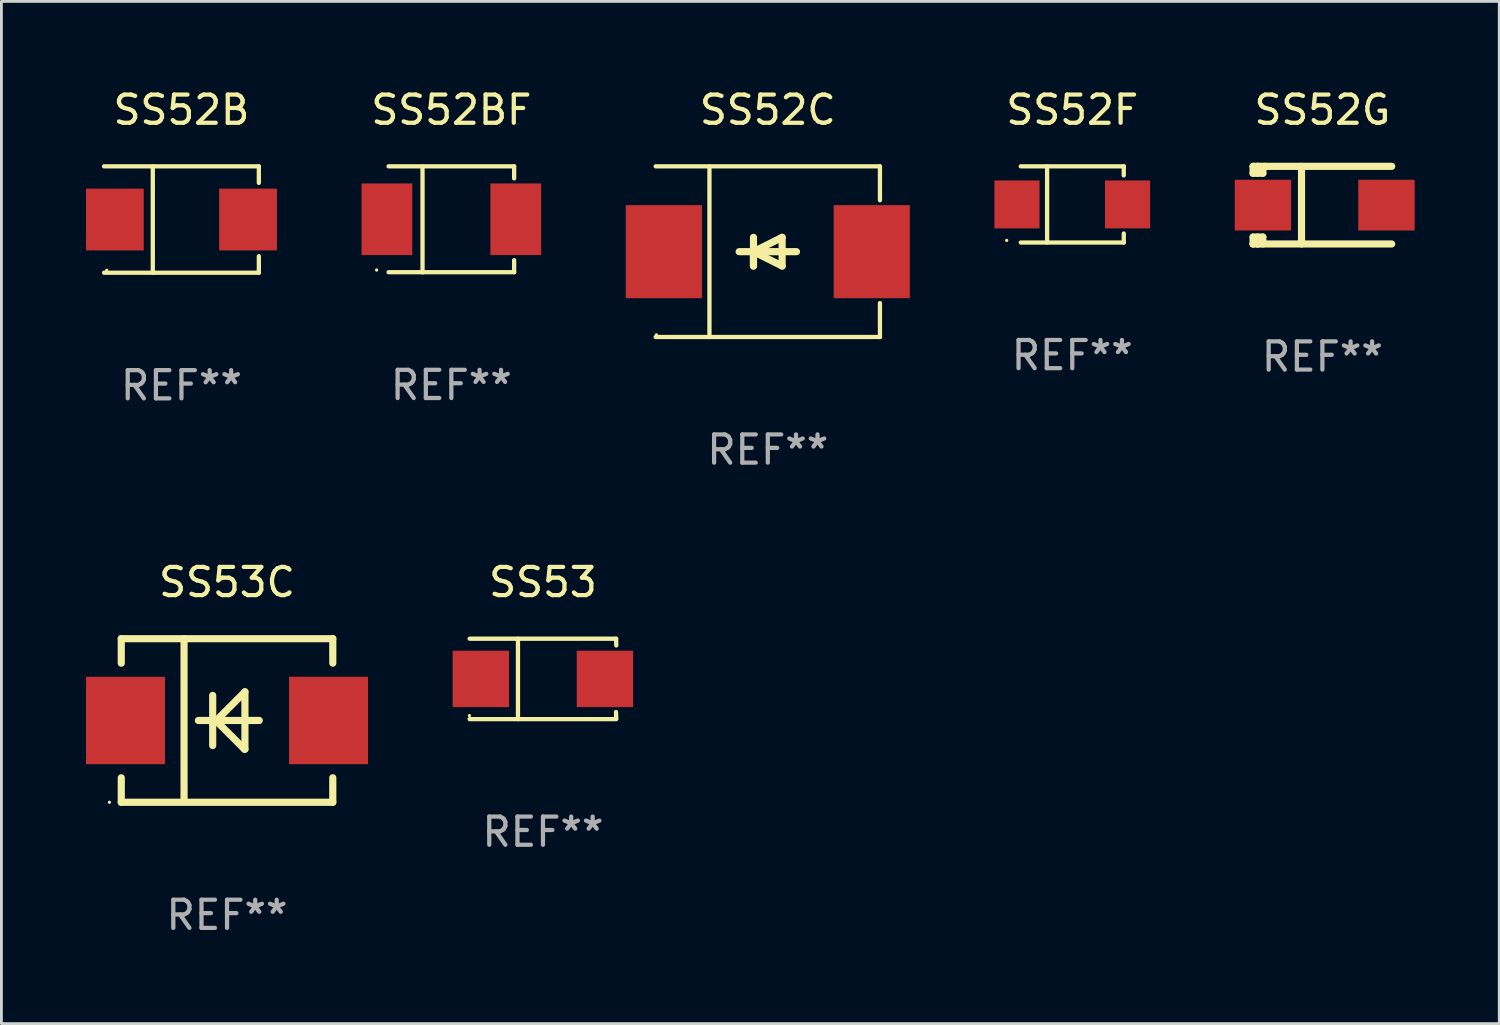
<source format=kicad_pcb>
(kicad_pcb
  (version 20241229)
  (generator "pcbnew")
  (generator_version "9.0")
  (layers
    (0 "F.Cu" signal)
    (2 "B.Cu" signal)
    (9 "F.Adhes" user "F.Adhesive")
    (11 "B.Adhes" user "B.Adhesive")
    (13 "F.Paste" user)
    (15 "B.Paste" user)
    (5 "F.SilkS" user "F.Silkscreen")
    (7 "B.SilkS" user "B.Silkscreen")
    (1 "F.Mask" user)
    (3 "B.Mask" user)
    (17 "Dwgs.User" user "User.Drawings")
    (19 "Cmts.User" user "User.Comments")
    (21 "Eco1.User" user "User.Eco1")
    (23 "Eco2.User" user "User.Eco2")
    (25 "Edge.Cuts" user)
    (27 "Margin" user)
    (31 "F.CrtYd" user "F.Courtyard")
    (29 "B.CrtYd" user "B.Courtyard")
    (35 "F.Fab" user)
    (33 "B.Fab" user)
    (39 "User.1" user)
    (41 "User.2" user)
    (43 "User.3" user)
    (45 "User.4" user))
  (footprint "SS52F"
    (layer "F.Cu")
    (at 34.971 4.199)
    (property "Reference" "SS52F" (at 0 -3.351 0) (layer "F.SilkS") (effects (font (size 1 1) (thickness 0.15))))
    (attr through_hole)
    (fp_line (start -1.826 -1.351) (end 1.826 -1.351) (stroke (width 0.152) (type solid)) (layer "F.SilkS"))
    (fp_line (start -1.826 1.351) (end 1.826 1.351) (stroke (width 0.152) (type solid)) (layer "F.SilkS"))
    (fp_line (start -0.892 -1.351) (end -0.892 1.351) (stroke (width 0.152) (type solid)) (layer "F.SilkS"))
    (fp_line (start 1.826 -1.351) (end 1.826 -1.03) (stroke (width 0.152) (type solid)) (layer "F.SilkS"))
    (fp_line (start 1.826 1.03) (end 1.826 1.351) (stroke (width 0.152) (type solid)) (layer "F.SilkS"))
    (fp_circle (center -2.325 1.275) (end -2.295 1.275) (stroke (width 0.06) (type solid)) (fill no) (layer "F.SilkS"))
    (fp_text user "REF**" (at 0 5.351 0) (layer "F.Fab") (effects (font (size 1 1) (thickness 0.15))))
    (pad "1" smd rect (at -1.96 0 180) (size 1.6 1.7) (layers "F.Cu" "F.Mask" "F.Paste"))
    (pad "2" smd rect (at 1.96 0 180) (size 1.6 1.7) (layers "F.Cu" "F.Mask" "F.Paste")))
  (footprint "SS52G"
    (layer "F.Cu")
    (at 43.84 4.224)
    (property "Reference" "SS52G" (at 0 -3.376 0) (layer "F.SilkS") (effects (font (size 1 1) (thickness 0.15))))
    (attr through_hole)
    (fp_line (start -2.458 -1.376) (end -2.458 -1.131) (stroke (width 0.254) (type solid)) (layer "F.SilkS"))
    (fp_line (start -2.457 1.132) (end -2.457 1.376) (stroke (width 0.254) (type solid)) (layer "F.SilkS"))
    (fp_line (start -2.457 1.132) (end -2.112 1.132) (stroke (width 0.254) (type solid)) (layer "F.SilkS"))
    (fp_line (start -2.457 1.376) (end -2.457 1.376) (stroke (width 0.254) (type solid)) (layer "F.SilkS"))
    (fp_line (start -2.457 1.376) (end -2.295 1.376) (stroke (width 0.254) (type solid)) (layer "F.SilkS"))
    (fp_line (start -2.294 -1.376) (end -2.458 -1.376) (stroke (width 0.254) (type solid)) (layer "F.SilkS"))
    (fp_line (start -2.294 -1.376) (end -2.294 -1.131) (stroke (width 0.254) (type solid)) (layer "F.SilkS"))
    (fp_line (start -2.294 1.131) (end -2.294 1.376) (stroke (width 0.254) (type solid)) (layer "F.SilkS"))
    (fp_line (start -2.112 -1.296) (end -2.032 -1.376) (stroke (width 0.254) (type solid)) (layer "F.SilkS"))
    (fp_line (start -2.112 -1.131) (end -2.458 -1.131) (stroke (width 0.254) (type solid)) (layer "F.SilkS"))
    (fp_line (start -2.112 -1.131) (end -2.112 -1.296) (stroke (width 0.254) (type solid)) (layer "F.SilkS"))
    (fp_line (start -2.112 1.376) (end -2.112 1.131) (stroke (width 0.254) (type solid)) (layer "F.SilkS"))
    (fp_line (start -0.74 1.376) (end -0.74 -1.376) (stroke (width 0.254) (type solid)) (layer "F.SilkS"))
    (fp_line (start 2.458 -1.376) (end -2.294 -1.376) (stroke (width 0.254) (type solid)) (layer "F.SilkS"))
    (fp_line (start 2.458 1.376) (end -2.294 1.376) (stroke (width 0.254) (type solid)) (layer "F.SilkS"))
    (fp_circle (center -2.468 1.3) (end -2.438 1.3) (stroke (width 0.06) (type solid)) (fill no) (layer "F.SilkS"))
    (fp_text user "REF**" (at 0 5.376 0) (layer "F.Fab") (effects (font (size 1 1) (thickness 0.15))))
    (pad "1" smd rect (at -2.108 -0.000025 180) (size 2 1.8) (layers "F.Cu" "F.Mask" "F.Paste"))
    (pad "2" smd rect (at 2.272 -0.000025 180) (size 2 1.8) (layers "F.Cu" "F.Mask" "F.Paste")))
  (footprint "SS53"
    (layer "F.Cu")
    (at 16.203 21.023)
    (property "Reference" "SS53" (at 0 -3.426 0) (layer "F.SilkS") (effects (font (size 1 1) (thickness 0.15))))
    (attr through_hole)
    (fp_line (start -2.6 -1.426) (end 2.593 -1.426) (stroke (width 0.152) (type solid)) (layer "F.SilkS"))
    (fp_line (start -2.6 1.426) (end 2.593 1.426) (stroke (width 0.152) (type solid)) (layer "F.SilkS"))
    (fp_line (start -0.887 -1.426) (end -0.887 1.426) (stroke (width 0.152) (type solid)) (layer "F.SilkS"))
    (fp_line (start 2.59 1.176) (end 2.597 1.415) (stroke (width 0.152) (type solid)) (layer "F.SilkS"))
    (fp_line (start 2.593 -1.426) (end 2.6 -1.187) (stroke (width 0.152) (type solid)) (layer "F.SilkS"))
    (fp_circle (center -2.608 1.3) (end -2.578 1.3) (stroke (width 0.06) (type solid)) (fill no) (layer "F.SilkS"))
    (fp_text user "REF**" (at 0 5.426 0) (layer "F.Fab") (effects (font (size 1 1) (thickness 0.15))))
    (pad "1" smd rect (at -2.203 0 180) (size 2 2) (layers "F.Cu" "F.Mask" "F.Paste"))
    (pad "2" smd rect (at 2.197 0 180) (size 2 2) (layers "F.Cu" "F.Mask" "F.Paste")))
  (footprint "SS52B"
    (layer "F.Cu")
    (at 3.384 4.734)
    (property "Reference" "SS52B" (at 0 -3.886 0) (layer "F.SilkS") (effects (font (size 1 1) (thickness 0.15))))
    (attr through_hole)
    (fp_line (start -2.744 -1.886) (end 2.744 -1.886) (stroke (width 0.152) (type solid)) (layer "F.SilkS"))
    (fp_line (start -2.744 1.886) (end 2.744 1.886) (stroke (width 0.152) (type solid)) (layer "F.SilkS"))
    (fp_line (start -1.016 -1.886) (end -1.016 1.886) (stroke (width 0.152) (type solid)) (layer "F.SilkS"))
    (fp_line (start 2.744 -1.886) (end 2.744 -1.299) (stroke (width 0.152) (type solid)) (layer "F.SilkS"))
    (fp_line (start 2.744 1.886) (end 2.744 1.299) (stroke (width 0.152) (type solid)) (layer "F.SilkS"))
    (fp_circle (center -2.65 1.8) (end -2.62 1.8) (stroke (width 0.06) (type solid)) (fill no) (layer "F.SilkS"))
    (fp_text user "REF**" (at 0 5.886 0) (layer "F.Fab") (effects (font (size 1 1) (thickness 0.15))))
    (pad "1" smd rect (at -2.361 0) (size 2.047 2.192) (layers "F.Cu" "F.Mask" "F.Paste"))
    (pad "2" smd rect (at 2.361 0) (size 2.047 2.192) (layers "F.Cu" "F.Mask" "F.Paste")))
  (footprint "SS53C"
    (layer "F.Cu")
    (at 5 22.497)
    (property "Reference" "SS53C" (at 0 -4.9 0) (layer "F.SilkS") (effects (font (size 1 1) (thickness 0.15))))
    (attr through_hole)
    (fp_line (start -3.75 -2.9) (end -3.75 -2.032) (stroke (width 0.254) (type solid)) (layer "F.SilkS"))
    (fp_line (start -3.75 -2.9) (end 3.75 -2.9) (stroke (width 0.254) (type solid)) (layer "F.SilkS"))
    (fp_line (start -3.75 2.9) (end -3.75 2.032) (stroke (width 0.254) (type solid)) (layer "F.SilkS"))
    (fp_line (start -3.75 2.9) (end 3.75 2.9) (stroke (width 0.254) (type solid)) (layer "F.SilkS"))
    (fp_line (start -1.524 -2.9) (end -1.524 2.879) (stroke (width 0.254) (type solid)) (layer "F.SilkS"))
    (fp_line (start -1.016 -0.000076) (end 1.143 -0.000076) (stroke (width 0.254) (type solid)) (layer "F.SilkS"))
    (fp_line (start -0.508 0.889) (end -0.508 -0.889) (stroke (width 0.254) (type solid)) (layer "F.SilkS"))
    (fp_line (start -0.474 -0.000076) (end -0.381 -0.000076) (stroke (width 0.254) (type solid)) (layer "F.SilkS"))
    (fp_line (start -0.381 -0.000076) (end 0.635 -1.016) (stroke (width 0.254) (type solid)) (layer "F.SilkS"))
    (fp_line (start 0.617 1.016) (end -0.399 -0.000076) (stroke (width 0.254) (type solid)) (layer "F.SilkS"))
    (fp_line (start 0.635 -1.016) (end 0.635 1.016) (stroke (width 0.254) (type solid)) (layer "F.SilkS"))
    (fp_line (start 0.635 1.016) (end 0.617 1.016) (stroke (width 0.254) (type solid)) (layer "F.SilkS"))
    (fp_line (start 3.75 -2.9) (end 3.75 -2.032) (stroke (width 0.254) (type solid)) (layer "F.SilkS"))
    (fp_line (start 3.75 2.9) (end 3.75 2.032) (stroke (width 0.254) (type solid)) (layer "F.SilkS"))
    (fp_circle (center -4.17 2.9) (end -4.14 2.9) (stroke (width 0.06) (type solid)) (fill no) (layer "F.SilkS"))
    (fp_text user "REF**" (at 0 6.9 0) (layer "F.Fab") (effects (font (size 1 1) (thickness 0.15))))
    (pad "1" smd rect (at -3.6 -0.000076) (size 2.8 3.1) (layers "F.Cu" "F.Mask" "F.Paste"))
    (pad "2" smd rect (at 3.6 -0.000076) (size 2.8 3.1) (layers "F.Cu" "F.Mask" "F.Paste")))
  (footprint "SS52BF"
    (layer "F.Cu")
    (at 12.954 4.728)
    (property "Reference" "SS52BF" (at 0 -3.88 0) (layer "F.SilkS") (effects (font (size 1 1) (thickness 0.15))))
    (attr through_hole)
    (fp_line (start -2.226 -1.88) (end 2.226 -1.88) (stroke (width 0.152) (type solid)) (layer "F.SilkS"))
    (fp_line (start -2.226 1.873) (end 2.226 1.873) (stroke (width 0.152) (type solid)) (layer "F.SilkS"))
    (fp_line (start -1.022 -1.873) (end -1.022 1.88) (stroke (width 0.152) (type solid)) (layer "F.SilkS"))
    (fp_line (start 2.226 -1.88) (end 2.226 -1.453) (stroke (width 0.152) (type solid)) (layer "F.SilkS"))
    (fp_line (start 2.226 1.447) (end 2.226 1.873) (stroke (width 0.152) (type solid)) (layer "F.SilkS"))
    (fp_circle (center -2.65 1.797) (end -2.62 1.797) (stroke (width 0.06) (type solid)) (fill no) (layer "F.SilkS"))
    (fp_text user "REF**" (at 0 5.88 0) (layer "F.Fab") (effects (font (size 1 1) (thickness 0.15))))
    (pad "1" smd rect (at -2.285 -0.003) (size 1.8 2.54) (layers "F.Cu" "F.Mask" "F.Paste"))
    (pad "2" smd rect (at 2.285 -0.003) (size 1.8 2.54) (layers "F.Cu" "F.Mask" "F.Paste")))
  (footprint "SS52C"
    (layer "F.Cu")
    (at 24.175 5.874)
    (property "Reference" "SS52C" (at 0 -5.026 0) (layer "F.SilkS") (effects (font (size 1 1) (thickness 0.15))))
    (attr through_hole)
    (fp_line (start -3.976 -3.026) (end 3.976 -3.026) (stroke (width 0.152) (type solid)) (layer "F.SilkS"))
    (fp_line (start -3.976 3.026) (end 3.976 3.026) (stroke (width 0.152) (type solid)) (layer "F.SilkS"))
    (fp_line (start -2.069 -3.026) (end -2.069 3.026) (stroke (width 0.152) (type solid)) (layer "F.SilkS"))
    (fp_line (start -0.508 0) (end -0.508 0.508) (stroke (width 0.254) (type solid)) (layer "F.SilkS"))
    (fp_line (start -0.508 0) (end 0.508 0.508) (stroke (width 0.254) (type solid)) (layer "F.SilkS"))
    (fp_line (start -0.508 0.508) (end -0.508 -0.508) (stroke (width 0.254) (type solid)) (layer "F.SilkS"))
    (fp_line (start 0.508 -0.508) (end -0.508 0) (stroke (width 0.254) (type solid)) (layer "F.SilkS"))
    (fp_line (start 0.508 0.508) (end 0.508 -0.508) (stroke (width 0.254) (type solid)) (layer "F.SilkS"))
    (fp_line (start 1.016 0) (end -1.016 0) (stroke (width 0.254) (type solid)) (layer "F.SilkS"))
    (fp_line (start 3.976 -3.026) (end 3.976 -1.823) (stroke (width 0.152) (type solid)) (layer "F.SilkS"))
    (fp_line (start 3.976 3.026) (end 3.976 1.823) (stroke (width 0.152) (type solid)) (layer "F.SilkS"))
    (fp_circle (center -3.95 2.95) (end -3.92 2.95) (stroke (width 0.06) (type solid)) (fill no) (layer "F.SilkS"))
    (fp_text user "REF**" (at 0 7.026 0) (layer "F.Fab") (effects (font (size 1 1) (thickness 0.15))))
    (pad "1" smd rect (at -3.686 0) (size 2.7 3.3) (layers "F.Cu" "F.Mask" "F.Paste"))
    (pad "2" smd rect (at 3.686 0) (size 2.7 3.3) (layers "F.Cu" "F.Mask" "F.Paste")))
  (gr_rect
    (start -3 -3)
    (end 50.111 33.245)
    (stroke (width 0.1) (type default))
    (fill no)
    (layer "Edge.Cuts")))
</source>
